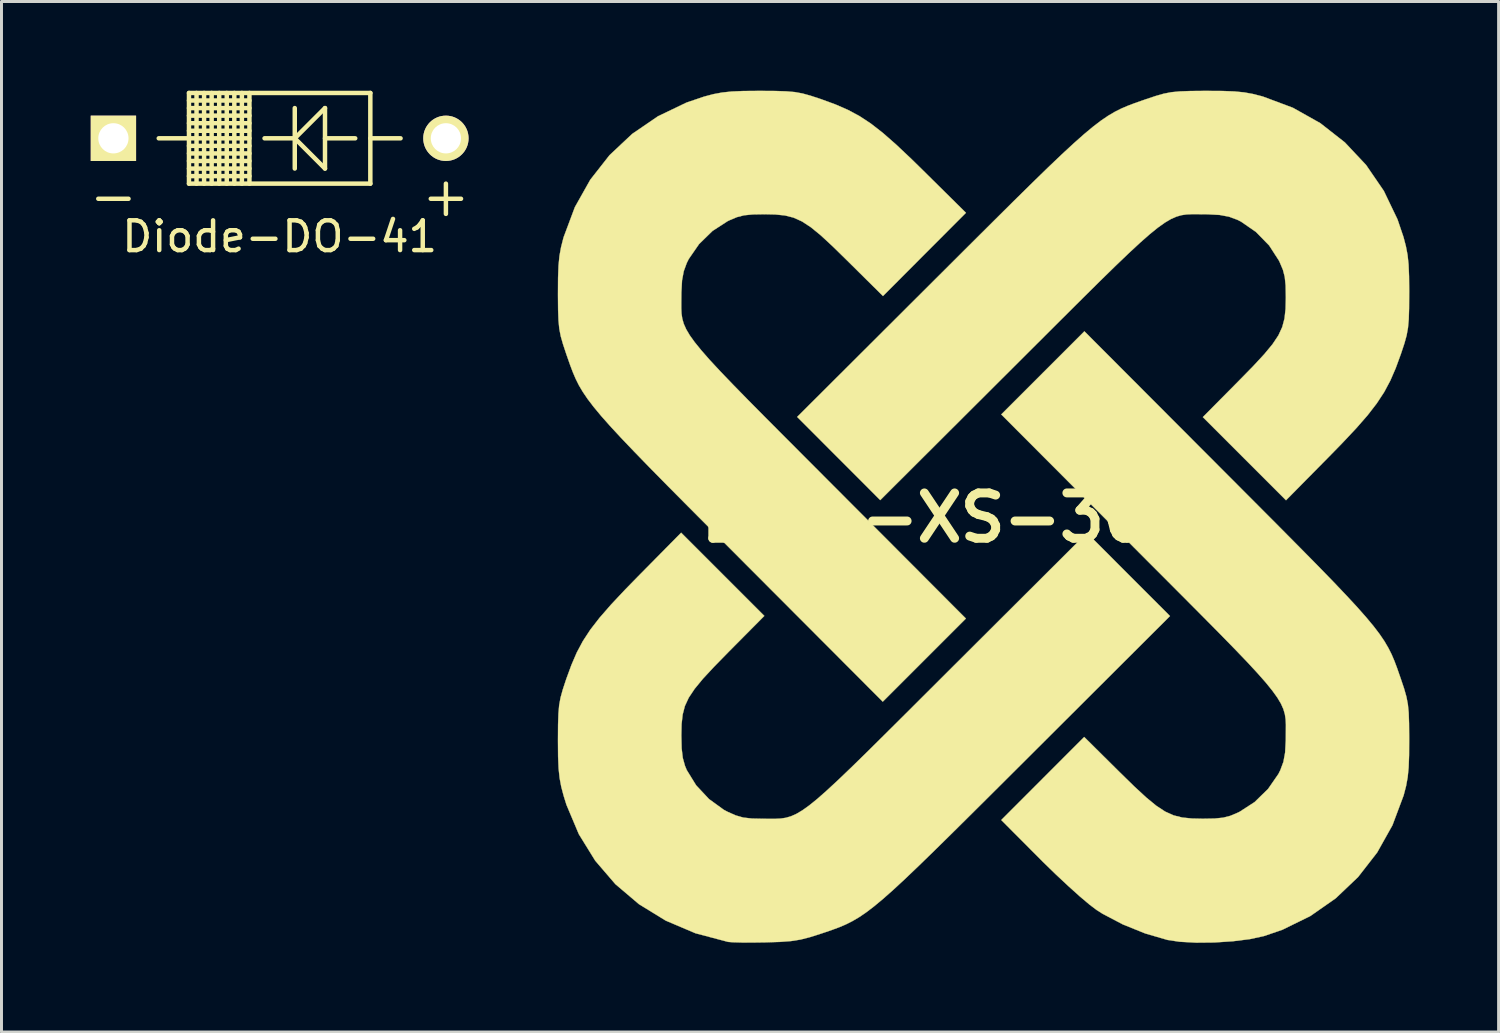
<source format=kicad_pcb>
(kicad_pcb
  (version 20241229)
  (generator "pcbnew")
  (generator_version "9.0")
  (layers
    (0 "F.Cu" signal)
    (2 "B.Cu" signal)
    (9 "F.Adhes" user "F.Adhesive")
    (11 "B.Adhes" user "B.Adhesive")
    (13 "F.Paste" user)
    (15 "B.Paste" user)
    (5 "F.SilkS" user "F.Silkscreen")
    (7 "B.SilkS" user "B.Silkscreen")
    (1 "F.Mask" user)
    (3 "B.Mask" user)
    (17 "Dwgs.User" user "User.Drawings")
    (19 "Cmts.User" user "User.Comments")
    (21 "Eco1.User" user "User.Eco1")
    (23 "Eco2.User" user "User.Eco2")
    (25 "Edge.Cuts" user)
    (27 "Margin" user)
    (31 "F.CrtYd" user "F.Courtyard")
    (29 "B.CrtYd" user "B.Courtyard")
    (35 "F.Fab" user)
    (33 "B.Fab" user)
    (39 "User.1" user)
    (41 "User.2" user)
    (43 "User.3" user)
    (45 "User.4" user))
  (footprint "Diode-DO-41"
    (layer "F.Cu")
    (at 6.35 1.599)
    (property "Reference" "Diode-DO-41" (at 0 3.302 0) (layer "F.SilkS") (effects (font (size 1 1) (thickness 0.15))))
    (attr through_hole)
    (fp_line (start -5.08 2.032) (end -6.096 2.032) (stroke (width 0.15) (type solid)) (layer "F.SilkS"))
    (fp_line (start -4.064 0) (end -3.048 0) (stroke (width 0.15) (type solid)) (layer "F.SilkS"))
    (fp_line (start -3.048 -1.524) (end -3.048 1.524) (stroke (width 0.15) (type solid)) (layer "F.SilkS"))
    (fp_line (start -3.048 -1.524) (end 3.048 -1.524) (stroke (width 0.15) (type solid)) (layer "F.SilkS"))
    (fp_line (start -3.048 -1.27) (end -1.016 -1.27) (stroke (width 0.15) (type solid)) (layer "F.SilkS"))
    (fp_line (start -3.048 -0.762) (end -1.016 -0.762) (stroke (width 0.15) (type solid)) (layer "F.SilkS"))
    (fp_line (start -3.048 -0.254) (end -1.016 -0.254) (stroke (width 0.15) (type solid)) (layer "F.SilkS"))
    (fp_line (start -3.048 0.254) (end -1.016 0.254) (stroke (width 0.15) (type solid)) (layer "F.SilkS"))
    (fp_line (start -3.048 0.762) (end -1.016 0.762) (stroke (width 0.15) (type solid)) (layer "F.SilkS"))
    (fp_line (start -3.048 1.27) (end -1.016 1.27) (stroke (width 0.15) (type solid)) (layer "F.SilkS"))
    (fp_line (start -2.794 -1.524) (end -2.794 1.524) (stroke (width 0.15) (type solid)) (layer "F.SilkS"))
    (fp_line (start -2.54 1.524) (end -2.54 -1.524) (stroke (width 0.15) (type solid)) (layer "F.SilkS"))
    (fp_line (start -2.286 -1.524) (end -2.286 1.524) (stroke (width 0.15) (type solid)) (layer "F.SilkS"))
    (fp_line (start -2.032 1.524) (end -2.032 -1.524) (stroke (width 0.15) (type solid)) (layer "F.SilkS"))
    (fp_line (start -1.778 -1.524) (end -1.778 1.524) (stroke (width 0.15) (type solid)) (layer "F.SilkS"))
    (fp_line (start -1.524 1.524) (end -1.524 -1.524) (stroke (width 0.15) (type solid)) (layer "F.SilkS"))
    (fp_line (start -1.27 -1.524) (end -1.27 1.524) (stroke (width 0.15) (type solid)) (layer "F.SilkS"))
    (fp_line (start -1.016 -1.524) (end -1.016 1.524) (stroke (width 0.15) (type solid)) (layer "F.SilkS"))
    (fp_line (start -1.016 -1.016) (end -3.048 -1.016) (stroke (width 0.15) (type solid)) (layer "F.SilkS"))
    (fp_line (start -1.016 -0.508) (end -3.048 -0.508) (stroke (width 0.15) (type solid)) (layer "F.SilkS"))
    (fp_line (start -1.016 0) (end -3.048 0) (stroke (width 0.15) (type solid)) (layer "F.SilkS"))
    (fp_line (start -1.016 0.508) (end -3.048 0.508) (stroke (width 0.15) (type solid)) (layer "F.SilkS"))
    (fp_line (start -1.016 1.016) (end -3.048 1.016) (stroke (width 0.15) (type solid)) (layer "F.SilkS"))
    (fp_line (start 0.508 -1.016) (end 0.508 1.016) (stroke (width 0.15) (type solid)) (layer "F.SilkS"))
    (fp_line (start 0.508 0) (end -0.508 0) (stroke (width 0.15) (type solid)) (layer "F.SilkS"))
    (fp_line (start 0.508 0) (end 1.524 -1.016) (stroke (width 0.15) (type solid)) (layer "F.SilkS"))
    (fp_line (start 1.524 -1.016) (end 1.524 1.016) (stroke (width 0.15) (type solid)) (layer "F.SilkS"))
    (fp_line (start 1.524 1.016) (end 0.508 0) (stroke (width 0.15) (type solid)) (layer "F.SilkS"))
    (fp_line (start 2.54 0) (end 1.524 0) (stroke (width 0.15) (type solid)) (layer "F.SilkS"))
    (fp_line (start 3.048 -1.524) (end 3.048 1.524) (stroke (width 0.15) (type solid)) (layer "F.SilkS"))
    (fp_line (start 3.048 1.524) (end -3.048 1.524) (stroke (width 0.15) (type solid)) (layer "F.SilkS"))
    (fp_line (start 4.064 0) (end 3.048 0) (stroke (width 0.15) (type solid)) (layer "F.SilkS"))
    (fp_line (start 5.08 2.032) (end 6.096 2.032) (stroke (width 0.15) (type solid)) (layer "F.SilkS"))
    (fp_line (start 5.588 1.524) (end 5.588 2.54) (stroke (width 0.15) (type solid)) (layer "F.SilkS"))
    (pad "1" thru_hole rect (at -5.588 0) (size 1.524 1.524) (drill 1.016) (layers "*.Cu" "*.Mask" "F.SilkS"))
    (pad "2" thru_hole circle (at 5.588 0) (size 1.524 1.524) (drill 1.016) (layers "*.Cu" "*.Mask" "F.SilkS")))
  (footprint "Logo-XS-30mm"
    (layer "F.Cu")
    (at 30.053 14.353)
    (property "Reference" "Logo-XS-30mm" (at 0 0 0) (layer "F.SilkS") (effects (font (size 1.524 1.524) (thickness 0.3))))
    (attr through_hole)
    (fp_poly (pts (xy 8.181 -1.419) (xy 9.094 -0.503) (xy 9.896 0.302) (xy 10.594 1.006) (xy 11.197 1.618) (xy 11.713 2.149) (xy 12.149 2.608) (xy 12.515 3.003) (xy 12.818 3.346) (xy 13.066 3.644) (xy 13.267 3.908) (xy 13.43 4.148) (xy 13.562 4.373) (xy 13.672 4.591) (xy 13.767 4.814) (xy 13.856 5.05) (xy 13.946 5.309) (xy 13.984 5.419) (xy 14.094 5.747) (xy 14.17 6.016) (xy 14.219 6.27) (xy 14.247 6.553) (xy 14.259 6.911) (xy 14.263 7.388) (xy 14.263 7.451) (xy 14.26 7.983) (xy 14.245 8.391) (xy 14.213 8.72) (xy 14.16 9.013) (xy 14.081 9.317) (xy 14.075 9.338) (xy 13.701 10.335) (xy 13.187 11.252) (xy 12.547 12.075) (xy 11.793 12.792) (xy 10.941 13.387) (xy 10.002 13.848) (xy 9.383 14.06) (xy 8.911 14.163) (xy 8.337 14.235) (xy 7.716 14.276) (xy 7.102 14.282) (xy 6.549 14.252) (xy 6.137 14.19) (xy 5.392 13.973) (xy 4.643 13.671) (xy 3.964 13.315) (xy 3.756 13.183) (xy 3.518 13.003) (xy 3.191 12.727) (xy 2.803 12.378) (xy 2.381 11.983) (xy 1.954 11.568) (xy 1.864 11.477) (xy 0.552 10.16) (xy 1.946 8.764) (xy 3.34 7.369) (xy 4.531 8.55) (xy 5.024 9.032) (xy 5.427 9.404) (xy 5.764 9.681) (xy 6.061 9.876) (xy 6.343 10.003) (xy 6.634 10.076) (xy 6.96 10.109) (xy 7.324 10.117) (xy 7.721 10.11) (xy 8.01 10.081) (xy 8.251 10.019) (xy 8.504 9.912) (xy 8.563 9.883) (xy 9.068 9.556) (xy 9.52 9.115) (xy 9.867 8.614) (xy 9.933 8.482) (xy 10.036 8.204) (xy 10.093 7.893) (xy 10.115 7.489) (xy 10.116 7.366) (xy 10.118 7.145) (xy 10.119 6.951) (xy 10.11 6.774) (xy 10.085 6.604) (xy 10.035 6.433) (xy 9.954 6.25) (xy 9.833 6.047) (xy 9.666 5.814) (xy 9.445 5.541) (xy 9.162 5.22) (xy 8.81 4.84) (xy 8.381 4.393) (xy 7.869 3.869) (xy 7.264 3.258) (xy 6.561 2.551) (xy 5.751 1.739) (xy 5.176 1.163) (xy 0.552 -3.473) (xy 1.949 -4.87) (xy 3.346 -6.267) (xy 8.181 -1.419)) (stroke (width 0.01) (type solid)) (fill yes) (layer "F.SilkS"))
    (fp_poly (pts (xy -8.81 1.901) (xy -7.412 3.299) (xy -8.614 4.51) (xy -9.099 5.006) (xy -9.475 5.411) (xy -9.754 5.75) (xy -9.952 6.047) (xy -10.082 6.327) (xy -10.157 6.614) (xy -10.193 6.934) (xy -10.201 7.311) (xy -10.201 7.324) (xy -10.191 7.754) (xy -10.153 8.073) (xy -10.08 8.335) (xy -10.019 8.482) (xy -9.704 8.993) (xy -9.271 9.456) (xy -8.773 9.817) (xy -8.648 9.883) (xy -8.373 10.005) (xy -8.121 10.077) (xy -7.829 10.11) (xy -7.451 10.118) (xy -7.23 10.119) (xy -7.036 10.119) (xy -6.859 10.11) (xy -6.69 10.085) (xy -6.518 10.035) (xy -6.336 9.954) (xy -6.133 9.834) (xy -5.9 9.667) (xy -5.628 9.447) (xy -5.308 9.164) (xy -4.929 8.813) (xy -4.483 8.386) (xy -3.96 7.875) (xy -3.351 7.272) (xy -2.646 6.571) (xy -1.836 5.763) (xy -1.226 5.154) (xy 3.432 0.509) (xy 4.827 1.907) (xy 6.223 3.304) (xy 1.355 8.161) (xy 0.437 9.076) (xy -0.371 9.88) (xy -1.078 10.581) (xy -1.693 11.186) (xy -2.226 11.704) (xy -2.686 12.143) (xy -3.083 12.511) (xy -3.427 12.815) (xy -3.726 13.064) (xy -3.991 13.266) (xy -4.231 13.429) (xy -4.455 13.56) (xy -4.672 13.669) (xy -4.893 13.763) (xy -5.127 13.85) (xy -5.383 13.938) (xy -5.503 13.978) (xy -5.88 14.098) (xy -6.198 14.179) (xy -6.514 14.229) (xy -6.887 14.257) (xy -7.366 14.272) (xy -7.792 14.278) (xy -8.173 14.277) (xy -8.467 14.269) (xy -8.635 14.256) (xy -8.636 14.255) (xy -9.727 13.966) (xy -10.727 13.541) (xy -11.627 12.988) (xy -12.42 12.314) (xy -13.096 11.527) (xy -13.647 10.635) (xy -14.064 9.646) (xy -14.156 9.351) (xy -14.238 9.041) (xy -14.293 8.749) (xy -14.327 8.427) (xy -14.344 8.032) (xy -14.348 7.518) (xy -14.348 7.451) (xy -14.345 6.957) (xy -14.333 6.588) (xy -14.308 6.299) (xy -14.261 6.044) (xy -14.188 5.78) (xy -14.083 5.46) (xy -14.069 5.419) (xy -13.895 4.945) (xy -13.715 4.528) (xy -13.509 4.142) (xy -13.26 3.762) (xy -12.951 3.363) (xy -12.565 2.92) (xy -12.083 2.407) (xy -11.652 1.966) (xy -10.208 0.503) (xy -8.81 1.901)) (stroke (width 0.01) (type solid)) (fill yes) (layer "F.SilkS"))
    (fp_poly (pts (xy -7.535 -14.348) (xy -7.042 -14.345) (xy -6.673 -14.333) (xy -6.384 -14.308) (xy -6.129 -14.261) (xy -5.864 -14.188) (xy -5.544 -14.083) (xy -5.503 -14.069) (xy -5.025 -13.894) (xy -4.605 -13.711) (xy -4.216 -13.503) (xy -3.833 -13.251) (xy -3.431 -12.938) (xy -2.984 -12.546) (xy -2.467 -12.058) (xy -2.074 -11.673) (xy -0.635 -10.25) (xy -2.03 -8.852) (xy -3.424 -7.453) (xy -4.616 -8.634) (xy -5.109 -9.117) (xy -5.511 -9.489) (xy -5.849 -9.766) (xy -6.146 -9.96) (xy -6.427 -10.087) (xy -6.719 -10.161) (xy -7.044 -10.194) (xy -7.408 -10.202) (xy -7.806 -10.195) (xy -8.095 -10.166) (xy -8.335 -10.104) (xy -8.588 -9.997) (xy -8.648 -9.968) (xy -9.153 -9.641) (xy -9.605 -9.2) (xy -9.952 -8.698) (xy -10.018 -8.566) (xy -10.12 -8.289) (xy -10.178 -7.978) (xy -10.2 -7.573) (xy -10.201 -7.451) (xy -10.203 -7.23) (xy -10.203 -7.036) (xy -10.195 -6.859) (xy -10.169 -6.689) (xy -10.12 -6.518) (xy -10.038 -6.335) (xy -9.918 -6.132) (xy -9.751 -5.899) (xy -9.529 -5.626) (xy -9.247 -5.304) (xy -8.895 -4.925) (xy -8.466 -4.478) (xy -7.953 -3.953) (xy -7.349 -3.343) (xy -6.645 -2.636) (xy -5.835 -1.824) (xy -5.261 -1.248) (xy -0.637 3.388) (xy -2.034 4.785) (xy -3.431 6.182) (xy -8.266 1.334) (xy -9.179 0.419) (xy -9.981 -0.386) (xy -10.679 -1.09) (xy -11.282 -1.703) (xy -11.797 -2.234) (xy -12.234 -2.692) (xy -12.6 -3.088) (xy -12.903 -3.43) (xy -13.151 -3.729) (xy -13.352 -3.993) (xy -13.515 -4.233) (xy -13.647 -4.457) (xy -13.756 -4.676) (xy -13.851 -4.899) (xy -13.94 -5.135) (xy -14.031 -5.394) (xy -14.069 -5.503) (xy -14.178 -5.832) (xy -14.255 -6.101) (xy -14.304 -6.354) (xy -14.331 -6.638) (xy -14.344 -6.996) (xy -14.348 -7.473) (xy -14.348 -7.535) (xy -14.345 -8.066) (xy -14.33 -8.472) (xy -14.298 -8.8) (xy -14.245 -9.093) (xy -14.167 -9.399) (xy -14.156 -9.436) (xy -13.78 -10.441) (xy -13.262 -11.362) (xy -12.616 -12.186) (xy -11.854 -12.902) (xy -10.987 -13.495) (xy -10.029 -13.955) (xy -9.436 -14.156) (xy -9.126 -14.238) (xy -8.833 -14.293) (xy -8.512 -14.327) (xy -8.116 -14.344) (xy -7.602 -14.348) (xy -7.535 -14.348)) (stroke (width 0.01) (type solid)) (fill yes) (layer "F.SilkS"))
    (fp_poly (pts (xy 7.981 -14.345) (xy 8.387 -14.33) (xy 8.715 -14.298) (xy 9.009 -14.245) (xy 9.314 -14.167) (xy 9.351 -14.156) (xy 10.356 -13.78) (xy 11.278 -13.262) (xy 12.102 -12.616) (xy 12.817 -11.854) (xy 13.411 -10.987) (xy 13.871 -10.029) (xy 14.072 -9.436) (xy 14.153 -9.126) (xy 14.209 -8.833) (xy 14.243 -8.512) (xy 14.259 -8.116) (xy 14.264 -7.602) (xy 14.263 -7.535) (xy 14.26 -7.042) (xy 14.249 -6.673) (xy 14.223 -6.384) (xy 14.177 -6.129) (xy 14.104 -5.864) (xy 13.998 -5.544) (xy 13.984 -5.503) (xy 13.811 -5.03) (xy 13.63 -4.612) (xy 13.424 -4.226) (xy 13.175 -3.846) (xy 12.867 -3.447) (xy 12.48 -3.004) (xy 11.998 -2.492) (xy 11.567 -2.051) (xy 10.123 -0.588) (xy 7.328 -3.383) (xy 8.529 -4.595) (xy 9.015 -5.091) (xy 9.39 -5.496) (xy 9.67 -5.834) (xy 9.868 -6.131) (xy 9.997 -6.411) (xy 10.073 -6.699) (xy 10.108 -7.019) (xy 10.117 -7.396) (xy 10.117 -7.408) (xy 10.11 -7.806) (xy 10.081 -8.095) (xy 10.019 -8.335) (xy 9.912 -8.588) (xy 9.883 -8.648) (xy 9.556 -9.153) (xy 9.115 -9.605) (xy 8.614 -9.952) (xy 8.482 -10.018) (xy 8.204 -10.12) (xy 7.893 -10.178) (xy 7.489 -10.2) (xy 7.366 -10.201) (xy 7.146 -10.203) (xy 6.952 -10.203) (xy 6.775 -10.195) (xy 6.606 -10.17) (xy 6.435 -10.12) (xy 6.253 -10.039) (xy 6.05 -9.919) (xy 5.817 -9.753) (xy 5.545 -9.533) (xy 5.225 -9.251) (xy 4.846 -8.9) (xy 4.4 -8.473) (xy 3.877 -7.962) (xy 3.268 -7.359) (xy 2.564 -6.658) (xy 1.754 -5.85) (xy 1.142 -5.239) (xy -3.516 -0.593) (xy -4.912 -1.991) (xy -6.308 -3.389) (xy -1.439 -8.245) (xy -0.522 -9.16) (xy 0.285 -9.963) (xy 0.99 -10.663) (xy 1.605 -11.268) (xy 2.137 -11.786) (xy 2.597 -12.224) (xy 2.994 -12.591) (xy 3.337 -12.895) (xy 3.636 -13.144) (xy 3.901 -13.347) (xy 4.141 -13.51) (xy 4.366 -13.643) (xy 4.584 -13.753) (xy 4.806 -13.848) (xy 5.041 -13.937) (xy 5.298 -14.027) (xy 5.419 -14.069) (xy 5.747 -14.178) (xy 6.016 -14.255) (xy 6.27 -14.304) (xy 6.553 -14.331) (xy 6.911 -14.344) (xy 7.388 -14.348) (xy 7.451 -14.348) (xy 7.981 -14.345)) (stroke (width 0.01) (type solid)) (fill yes) (layer "F.SilkS")))
  (gr_rect
    (start -3 -3)
    (end 47.322 31.64)
    (stroke (width 0.1) (type default))
    (fill no)
    (layer "Edge.Cuts")))
</source>
